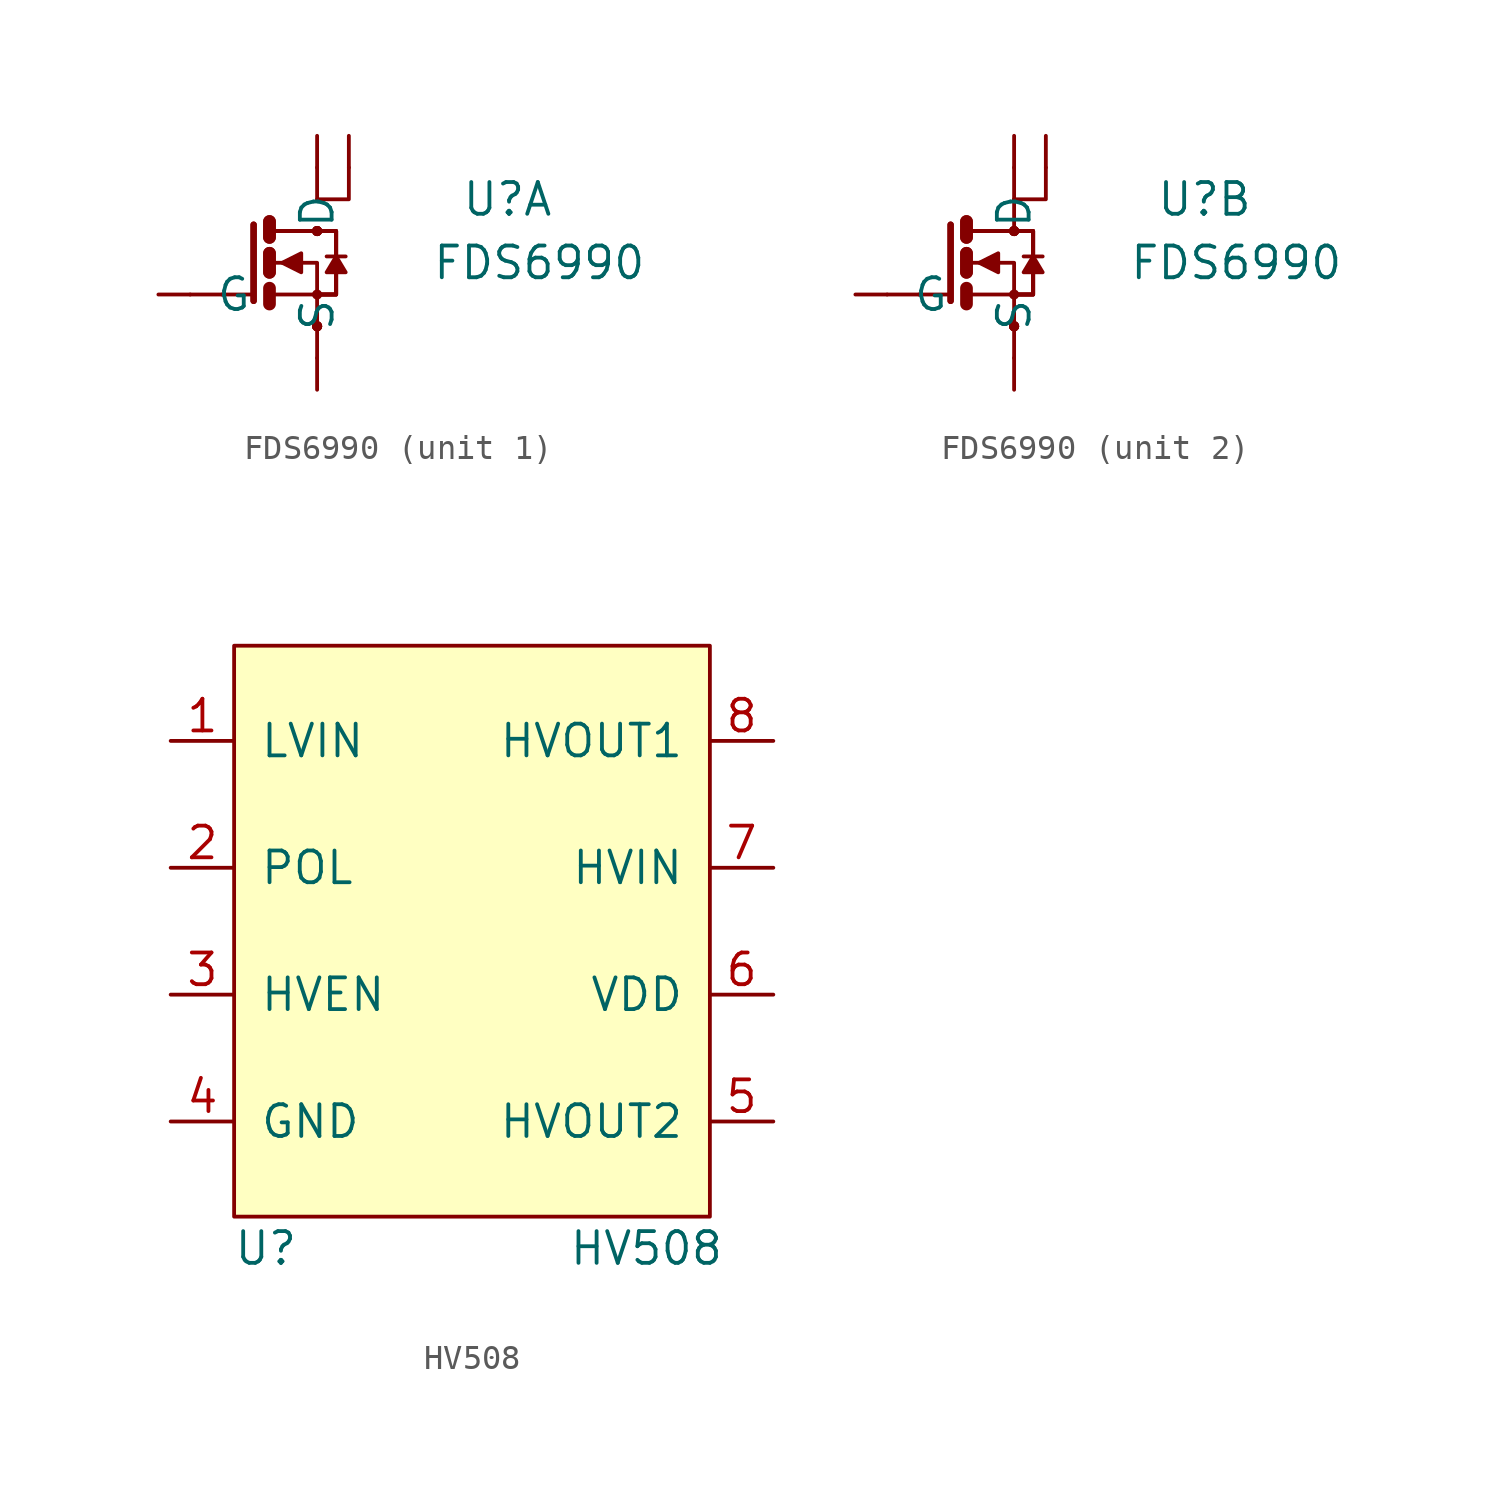
<source format=kicad_sym>
(kicad_symbol_lib
  (version 20211014)
  (generator kicad_symbol_editor)
  (symbol "FDS6990"
    (pin_names
      (offset 1.016))
    (property "Reference" "U"
      (at 8.89 2.54 0)
      (effects (font (size 1.27 1.27))))
    (property "Value" "FDS6990"
      (at 10.16 0 0)
      (effects (font (size 1.27 1.27))))
    (symbol "FDS6990_1_1"
      (polyline (pts (xy -3.81 -1.27) (xy -2.54 -1.27)) (stroke (width 0) (type default) (color 0 0 0 0)) (fill (type none)))
      (polyline (pts (xy -1.27 -1.27) (xy -2.54 -1.27)) (stroke (width 0) (type default) (color 0 0 0 0)) (fill (type none)))
      (polyline (pts (xy -0.635 -1.016) (xy -0.635 -1.651)) (stroke (width 0.508) (type default) (color 0 0 0 0)) (fill (type none)))
      (polyline (pts (xy -0.635 0.381) (xy -0.635 -0.381)) (stroke (width 0.508) (type default) (color 0 0 0 0)) (fill (type none)))
      (polyline (pts (xy -0.635 0.381) (xy -0.635 -0.381)) (stroke (width 0.508) (type default) (color 0 0 0 0)) (fill (type none)))
      (polyline (pts (xy -0.635 1.651) (xy -0.635 1.016)) (stroke (width 0.508) (type default) (color 0 0 0 0)) (fill (type none)))
      (polyline (pts (xy -0.635 1.651) (xy -0.635 1.016)) (stroke (width 0.508) (type default) (color 0 0 0 0)) (fill (type none)))
      (polyline (pts (xy -0.508 -1.27) (xy 1.27 -1.27)) (stroke (width 0) (type default) (color 0 0 0 0)) (fill (type none)))
      (polyline (pts (xy -0.508 1.27) (xy 1.27 1.27)) (stroke (width 0) (type default) (color 0 0 0 0)) (fill (type none)))
      (polyline (pts (xy -0.508 1.27) (xy 1.27 1.27)) (stroke (width 0) (type default) (color 0 0 0 0)) (fill (type none)))
      (polyline (pts (xy -0.508 1.27) (xy 1.27 1.27)) (stroke (width 0) (type default) (color 0 0 0 0)) (fill (type none)))
      (polyline (pts (xy -0.508 1.27) (xy 1.27 1.27)) (stroke (width 0) (type default) (color 0 0 0 0)) (fill (type none)))
      (polyline (pts (xy 1.27 -2.54) (xy 1.27 -3.81)) (stroke (width 0) (type default) (color 0 0 0 0)) (fill (type none)))
      (polyline (pts (xy 1.27 -1.27) (xy 1.27 -2.54)) (stroke (width 0) (type default) (color 0 0 0 0)) (fill (type none)))
      (polyline (pts (xy 1.27 3.81) (xy 1.27 2.54)) (stroke (width 0) (type default) (color 0 0 0 0)) (fill (type none)))
      (polyline (pts (xy 1.651 0.254) (xy 2.413 0.254)) (stroke (width 0) (type default) (color 0 0 0 0)) (fill (type none)))
      (polyline (pts (xy -1.27 1.524) (xy -1.27 -1.524) (xy -1.27 -1.524)) (stroke (width 0.254) (type default) (color 0 0 0 0)) (fill (type none)))
      (polyline (pts (xy -1.27 1.524) (xy -1.27 -1.524) (xy -1.27 -1.524)) (stroke (width 0.254) (type default) (color 0 0 0 0)) (fill (type none)))
      (polyline (pts (xy -0.508 0) (xy 1.27 0) (xy 1.27 -1.27)) (stroke (width 0) (type default) (color 0 0 0 0)) (fill (type none)))
      (polyline (pts (xy 2.54 3.81) (xy 2.54 2.54) (xy 1.27 2.54)) (stroke (width 0) (type default) (color 0 0 0 0)) (fill (type none)))
      (polyline (pts (xy -0.127 0) (xy 0.635 -0.381) (xy 0.635 0.381) (xy -0.127 0)) (stroke (width 0) (type default) (color 0 0 0 0)) (fill (type outline)))
      (polyline (pts (xy 1.27 -1.27) (xy 2.032 -1.27) (xy 2.032 1.27) (xy 1.27 1.27)) (stroke (width 0) (type default) (color 0 0 0 0)) (fill (type none)))
      (polyline (pts (xy 1.27 -1.27) (xy 2.032 -1.27) (xy 2.032 1.27) (xy 1.27 1.27)) (stroke (width 0) (type default) (color 0 0 0 0)) (fill (type none)))
      (polyline (pts (xy 1.27 -1.27) (xy 2.032 -1.27) (xy 2.032 1.27) (xy 1.27 1.27)) (stroke (width 0) (type default) (color 0 0 0 0)) (fill (type none)))
      (polyline (pts (xy 1.27 -1.27) (xy 2.032 -1.27) (xy 2.032 1.27) (xy 1.27 1.27)) (stroke (width 0) (type default) (color 0 0 0 0)) (fill (type none)))
      (polyline (pts (xy 2.032 0.254) (xy 2.413 -0.381) (xy 1.651 -0.381) (xy 2.032 0.254)) (stroke (width 0) (type default) (color 0 0 0 0)) (fill (type outline)))
      (circle (center 1.27 -2.54) (radius 0.127) (stroke (width 0) (type default) (color 0 0 0 0)) (fill (type none)))
      (circle (center 1.27 -2.54) (radius 0.127) (stroke (width 0) (type default) (color 0 0 0 0)) (fill (type none)))
      (circle (center 1.27 -2.54) (radius 0.127) (stroke (width 0) (type default) (color 0 0 0 0)) (fill (type none)))
      (circle (center 1.27 -2.54) (radius 0.127) (stroke (width 0) (type default) (color 0 0 0 0)) (fill (type none)))
      (circle (center 1.27 -1.27) (radius 0.127) (stroke (width 0) (type default) (color 0 0 0 0)) (fill (type none)))
      (circle (center 1.27 1.27) (radius 0.127) (stroke (width 0) (type default) (color 0 0 0 0)) (fill (type none)))
      (circle (center 1.27 1.27) (radius 0.127) (stroke (width 0) (type default) (color 0 0 0 0)) (fill (type none)))
      (circle (center 1.27 1.27) (radius 0.127) (stroke (width 0) (type default) (color 0 0 0 0)) (fill (type none)))
      (circle (center 1.27 1.27) (radius 0.127) (stroke (width 0) (type default) (color 0 0 0 0)) (fill (type none)))
      (pin bidirectional line (at 1.27 -5.08 90) (length 1.27) (name "S" (effects (font (size 1.27 1.27)))) (number "1" (effects (font (size 0 0)))))
      (pin bidirectional line (at -5.08 -1.27 0) (length 1.27) (name "G" (effects (font (size 1.27 1.27)))) (number "2" (effects (font (size 0 0)))))
      (pin power_in line (at 1.27 5.08 270) (length 1.27) (name "D" (effects (font (size 1.27 1.27)))) (number "7" (effects (font (size 0 0)))))
      (pin power_in line (at 2.54 5.08 270) (length 1.27) (name "D" (effects (font (size 0 0)))) (number "8" (effects (font (size 0 0))))))
    (symbol "FDS6990_2_1"
      (polyline (pts (xy -3.81 -1.27) (xy -2.54 -1.27)) (stroke (width 0) (type default) (color 0 0 0 0)) (fill (type none)))
      (polyline (pts (xy -1.27 -1.27) (xy -2.54 -1.27)) (stroke (width 0) (type default) (color 0 0 0 0)) (fill (type none)))
      (polyline (pts (xy -0.635 -1.016) (xy -0.635 -1.651)) (stroke (width 0.508) (type default) (color 0 0 0 0)) (fill (type none)))
      (polyline (pts (xy -0.635 0.381) (xy -0.635 -0.381)) (stroke (width 0.508) (type default) (color 0 0 0 0)) (fill (type none)))
      (polyline (pts (xy -0.635 0.381) (xy -0.635 -0.381)) (stroke (width 0.508) (type default) (color 0 0 0 0)) (fill (type none)))
      (polyline (pts (xy -0.635 1.651) (xy -0.635 1.016)) (stroke (width 0.508) (type default) (color 0 0 0 0)) (fill (type none)))
      (polyline (pts (xy -0.635 1.651) (xy -0.635 1.016)) (stroke (width 0.508) (type default) (color 0 0 0 0)) (fill (type none)))
      (polyline (pts (xy -0.508 -1.27) (xy 1.27 -1.27)) (stroke (width 0) (type default) (color 0 0 0 0)) (fill (type none)))
      (polyline (pts (xy -0.508 1.27) (xy 1.27 1.27)) (stroke (width 0) (type default) (color 0 0 0 0)) (fill (type none)))
      (polyline (pts (xy -0.508 1.27) (xy 1.27 1.27)) (stroke (width 0) (type default) (color 0 0 0 0)) (fill (type none)))
      (polyline (pts (xy -0.508 1.27) (xy 1.27 1.27)) (stroke (width 0) (type default) (color 0 0 0 0)) (fill (type none)))
      (polyline (pts (xy -0.508 1.27) (xy 1.27 1.27)) (stroke (width 0) (type default) (color 0 0 0 0)) (fill (type none)))
      (polyline (pts (xy 1.27 -2.54) (xy 1.27 -3.81)) (stroke (width 0) (type default) (color 0 0 0 0)) (fill (type none)))
      (polyline (pts (xy 1.27 -1.27) (xy 1.27 -2.54)) (stroke (width 0) (type default) (color 0 0 0 0)) (fill (type none)))
      (polyline (pts (xy 1.27 2.54) (xy 1.27 1.27)) (stroke (width 0) (type default) (color 0 0 0 0)) (fill (type none)))
      (polyline (pts (xy 1.27 3.81) (xy 1.27 2.54)) (stroke (width 0) (type default) (color 0 0 0 0)) (fill (type none)))
      (polyline (pts (xy 1.651 0.254) (xy 2.413 0.254)) (stroke (width 0) (type default) (color 0 0 0 0)) (fill (type none)))
      (polyline (pts (xy -1.27 1.524) (xy -1.27 -1.524) (xy -1.27 -1.524)) (stroke (width 0.254) (type default) (color 0 0 0 0)) (fill (type none)))
      (polyline (pts (xy -1.27 1.524) (xy -1.27 -1.524) (xy -1.27 -1.524)) (stroke (width 0.254) (type default) (color 0 0 0 0)) (fill (type none)))
      (polyline (pts (xy -0.508 0) (xy 1.27 0) (xy 1.27 -1.27)) (stroke (width 0) (type default) (color 0 0 0 0)) (fill (type none)))
      (polyline (pts (xy 2.54 3.81) (xy 2.54 2.54) (xy 1.27 2.54)) (stroke (width 0) (type default) (color 0 0 0 0)) (fill (type none)))
      (polyline (pts (xy -0.127 0) (xy 0.635 -0.381) (xy 0.635 0.381) (xy -0.127 0)) (stroke (width 0) (type default) (color 0 0 0 0)) (fill (type outline)))
      (polyline (pts (xy 1.27 -1.27) (xy 2.032 -1.27) (xy 2.032 1.27) (xy 1.27 1.27)) (stroke (width 0) (type default) (color 0 0 0 0)) (fill (type none)))
      (polyline (pts (xy 1.27 -1.27) (xy 2.032 -1.27) (xy 2.032 1.27) (xy 1.27 1.27)) (stroke (width 0) (type default) (color 0 0 0 0)) (fill (type none)))
      (polyline (pts (xy 1.27 -1.27) (xy 2.032 -1.27) (xy 2.032 1.27) (xy 1.27 1.27)) (stroke (width 0) (type default) (color 0 0 0 0)) (fill (type none)))
      (polyline (pts (xy 1.27 -1.27) (xy 2.032 -1.27) (xy 2.032 1.27) (xy 1.27 1.27)) (stroke (width 0) (type default) (color 0 0 0 0)) (fill (type none)))
      (polyline (pts (xy 2.032 0.254) (xy 2.413 -0.381) (xy 1.651 -0.381) (xy 2.032 0.254)) (stroke (width 0) (type default) (color 0 0 0 0)) (fill (type outline)))
      (circle (center 1.27 -2.54) (radius 0.127) (stroke (width 0) (type default) (color 0 0 0 0)) (fill (type none)))
      (circle (center 1.27 -2.54) (radius 0.127) (stroke (width 0) (type default) (color 0 0 0 0)) (fill (type none)))
      (circle (center 1.27 -2.54) (radius 0.127) (stroke (width 0) (type default) (color 0 0 0 0)) (fill (type none)))
      (circle (center 1.27 -2.54) (radius 0.127) (stroke (width 0) (type default) (color 0 0 0 0)) (fill (type none)))
      (circle (center 1.27 -1.27) (radius 0.127) (stroke (width 0) (type default) (color 0 0 0 0)) (fill (type none)))
      (circle (center 1.27 1.27) (radius 0.127) (stroke (width 0) (type default) (color 0 0 0 0)) (fill (type none)))
      (circle (center 1.27 1.27) (radius 0.127) (stroke (width 0) (type default) (color 0 0 0 0)) (fill (type none)))
      (circle (center 1.27 1.27) (radius 0.127) (stroke (width 0) (type default) (color 0 0 0 0)) (fill (type none)))
      (circle (center 1.27 1.27) (radius 0.127) (stroke (width 0) (type default) (color 0 0 0 0)) (fill (type none)))
      (pin bidirectional line (at 1.27 -5.08 90) (length 1.27) (name "S" (effects (font (size 1.27 1.27)))) (number "3" (effects (font (size 0 0)))))
      (pin bidirectional line (at -5.08 -1.27 0) (length 1.27) (name "G" (effects (font (size 1.27 1.27)))) (number "4" (effects (font (size 0 0)))))
      (pin power_in line (at 1.27 5.08 270) (length 1.27) (name "D" (effects (font (size 1.27 1.27)))) (number "5" (effects (font (size 0 0)))))
      (pin power_in line (at 2.54 5.08 270) (length 1.27) (name "D" (effects (font (size 0 0)))) (number "6" (effects (font (size 0 0)))))))
  (symbol "HV508"
    (pin_names
      (offset 1.016))
    (property "Reference" "U"
      (at -8.89 -12.7 0)
      (effects (font (size 1.27 1.27))))
    (property "Value" "HV508"
      (at 6.35 -12.7 0)
      (effects (font (size 1.27 1.27))))
    (symbol "HV508_0_1"
      (rectangle (start -10.16 11.43) (end 8.89 -11.43) (stroke (width 0) (type default) (color 0 0 0 0)) (fill (type background))))
    (symbol "HV508_1_1"
      (pin bidirectional line (at -12.7 7.62 0) (length 2.54) (name "LVIN" (effects (font (size 1.27 1.27)))) (number "1" (effects (font (size 1.27 1.27)))))
      (pin bidirectional line (at -12.7 2.54 0) (length 2.54) (name "POL" (effects (font (size 1.27 1.27)))) (number "2" (effects (font (size 1.27 1.27)))))
      (pin bidirectional line (at -12.7 -2.54 0) (length 2.54) (name "HVEN" (effects (font (size 1.27 1.27)))) (number "3" (effects (font (size 1.27 1.27)))))
      (pin bidirectional line (at -12.7 -7.62 0) (length 2.54) (name "GND" (effects (font (size 1.27 1.27)))) (number "4" (effects (font (size 1.27 1.27)))))
      (pin bidirectional line (at 11.43 -7.62 180) (length 2.54) (name "HVOUT2" (effects (font (size 1.27 1.27)))) (number "5" (effects (font (size 1.27 1.27)))))
      (pin bidirectional line (at 11.43 -2.54 180) (length 2.54) (name "VDD" (effects (font (size 1.27 1.27)))) (number "6" (effects (font (size 1.27 1.27)))))
      (pin bidirectional line (at 11.43 2.54 180) (length 2.54) (name "HVIN" (effects (font (size 1.27 1.27)))) (number "7" (effects (font (size 1.27 1.27)))))
      (pin bidirectional line (at 11.43 7.62 180) (length 2.54) (name "HVOUT1" (effects (font (size 1.27 1.27)))) (number "8" (effects (font (size 1.27 1.27))))))))
</source>
